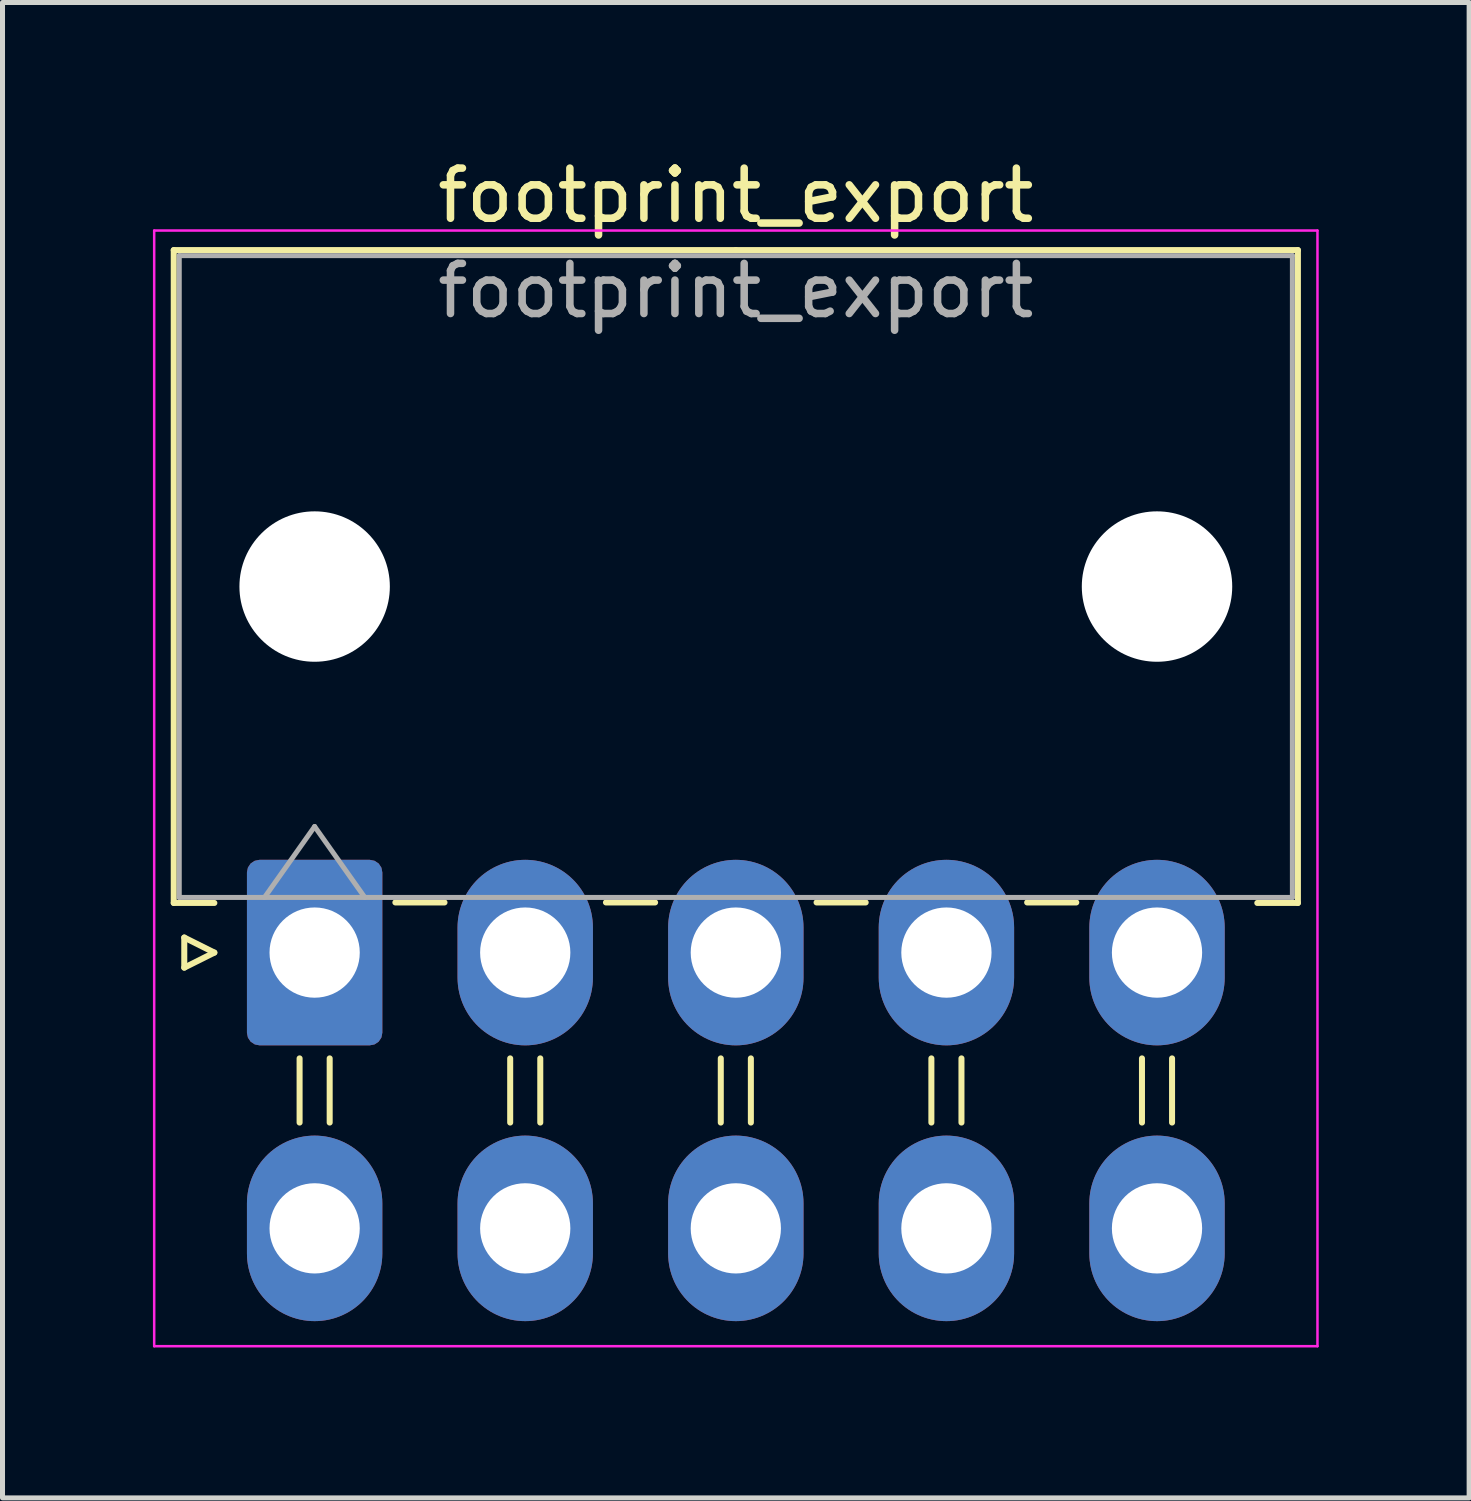
<source format=kicad_pcb>
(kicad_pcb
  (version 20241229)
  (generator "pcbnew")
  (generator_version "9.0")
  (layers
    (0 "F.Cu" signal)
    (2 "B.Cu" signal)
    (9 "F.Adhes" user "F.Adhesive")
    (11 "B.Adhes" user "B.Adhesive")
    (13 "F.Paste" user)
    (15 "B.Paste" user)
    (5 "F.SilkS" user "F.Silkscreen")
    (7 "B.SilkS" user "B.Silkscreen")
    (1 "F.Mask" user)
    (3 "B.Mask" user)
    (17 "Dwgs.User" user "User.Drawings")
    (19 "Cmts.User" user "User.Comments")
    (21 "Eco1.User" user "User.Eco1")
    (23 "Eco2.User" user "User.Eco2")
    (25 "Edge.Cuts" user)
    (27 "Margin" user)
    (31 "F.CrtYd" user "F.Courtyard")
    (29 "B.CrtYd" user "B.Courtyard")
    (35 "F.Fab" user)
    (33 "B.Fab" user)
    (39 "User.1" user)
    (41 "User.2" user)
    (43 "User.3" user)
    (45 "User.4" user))
  (footprint "footprint_export"
    (layer "F.Cu")
    (at 3.225 15.948)
    (property "Reference" "footprint_export" (at 8.4 -15.1 0) (layer "F.SilkS") (effects (font (size 1 1) (thickness 0.15))))
    (attr through_hole)
    (fp_line (start -2.81 -14.01) (end 8.4 -14.01) (stroke (width 0.12) (type solid)) (layer "F.SilkS"))
    (fp_line (start -2.81 -0.99) (end -2.81 -14.01) (stroke (width 0.12) (type solid)) (layer "F.SilkS"))
    (fp_line (start -2.6 -0.3) (end -2 0) (stroke (width 0.12) (type solid)) (layer "F.SilkS"))
    (fp_line (start -2.6 0.3) (end -2.6 -0.3) (stroke (width 0.12) (type solid)) (layer "F.SilkS"))
    (fp_line (start -2 -0.99) (end -2.81 -0.99) (stroke (width 0.12) (type solid)) (layer "F.SilkS"))
    (fp_line (start -2 0) (end -2.6 0.3) (stroke (width 0.12) (type solid)) (layer "F.SilkS"))
    (fp_line (start -0.3 2.11) (end -0.3 3.39) (stroke (width 0.12) (type solid)) (layer "F.SilkS"))
    (fp_line (start 0.3 2.11) (end 0.3 3.39) (stroke (width 0.12) (type solid)) (layer "F.SilkS"))
    (fp_line (start 1.61 -1) (end 2.59 -1) (stroke (width 0.12) (type solid)) (layer "F.SilkS"))
    (fp_line (start 3.9 2.11) (end 3.9 3.39) (stroke (width 0.12) (type solid)) (layer "F.SilkS"))
    (fp_line (start 4.5 2.11) (end 4.5 3.39) (stroke (width 0.12) (type solid)) (layer "F.SilkS"))
    (fp_line (start 5.81 -1) (end 6.79 -1) (stroke (width 0.12) (type solid)) (layer "F.SilkS"))
    (fp_line (start 8.1 2.11) (end 8.1 3.39) (stroke (width 0.12) (type solid)) (layer "F.SilkS"))
    (fp_line (start 8.7 2.11) (end 8.7 3.39) (stroke (width 0.12) (type solid)) (layer "F.SilkS"))
    (fp_line (start 10.01 -1) (end 10.99 -1) (stroke (width 0.12) (type solid)) (layer "F.SilkS"))
    (fp_line (start 12.3 2.11) (end 12.3 3.39) (stroke (width 0.12) (type solid)) (layer "F.SilkS"))
    (fp_line (start 12.9 2.11) (end 12.9 3.39) (stroke (width 0.12) (type solid)) (layer "F.SilkS"))
    (fp_line (start 14.21 -1) (end 15.19 -1) (stroke (width 0.12) (type solid)) (layer "F.SilkS"))
    (fp_line (start 16.5 2.11) (end 16.5 3.39) (stroke (width 0.12) (type solid)) (layer "F.SilkS"))
    (fp_line (start 17.1 2.11) (end 17.1 3.39) (stroke (width 0.12) (type solid)) (layer "F.SilkS"))
    (fp_line (start 18.8 -0.99) (end 19.61 -0.99) (stroke (width 0.12) (type solid)) (layer "F.SilkS"))
    (fp_line (start 19.61 -14.01) (end 8.4 -14.01) (stroke (width 0.12) (type solid)) (layer "F.SilkS"))
    (fp_line (start 19.61 -0.99) (end 19.61 -14.01) (stroke (width 0.12) (type solid)) (layer "F.SilkS"))
    (fp_line (start -3.2 -14.4) (end -3.2 7.85) (stroke (width 0.05) (type solid)) (layer "F.CrtYd"))
    (fp_line (start -3.2 7.85) (end 20 7.85) (stroke (width 0.05) (type solid)) (layer "F.CrtYd"))
    (fp_line (start 20 -14.4) (end -3.2 -14.4) (stroke (width 0.05) (type solid)) (layer "F.CrtYd"))
    (fp_line (start 20 7.85) (end 20 -14.4) (stroke (width 0.05) (type solid)) (layer "F.CrtYd"))
    (fp_line (start -2.7 -13.9) (end -2.7 -1.1) (stroke (width 0.1) (type solid)) (layer "F.Fab"))
    (fp_line (start -2.7 -1.1) (end 19.5 -1.1) (stroke (width 0.1) (type solid)) (layer "F.Fab"))
    (fp_line (start -1 -1.1) (end 0 -2.514) (stroke (width 0.1) (type solid)) (layer "F.Fab"))
    (fp_line (start 0 -2.514) (end 1 -1.1) (stroke (width 0.1) (type solid)) (layer "F.Fab"))
    (fp_line (start 19.5 -13.9) (end -2.7 -13.9) (stroke (width 0.1) (type solid)) (layer "F.Fab"))
    (fp_line (start 19.5 -1.1) (end 19.5 -13.9) (stroke (width 0.1) (type solid)) (layer "F.Fab"))
    (fp_text user "${REFERENCE}" (at 8.4 -13.2 0) (layer "F.Fab") (effects (font (size 1 1) (thickness 0.15))))
    (pad "" np_thru_hole circle (at 0 -7.3) (size 3 3) (drill 3) (layers "*.Cu" "*.Mask"))
    (pad "" np_thru_hole circle (at 16.8 -7.3) (size 3 3) (drill 3) (layers "*.Cu" "*.Mask"))
    (pad "1" thru_hole roundrect (at 0 0) (size 2.7 3.7) (drill 1.8) (layers "*.Cu" "*.Mask") (roundrect_rratio 0.093))
    (pad "2" thru_hole oval (at 4.2 0) (size 2.7 3.7) (drill 1.8) (layers "*.Cu" "*.Mask"))
    (pad "3" thru_hole oval (at 8.4 0) (size 2.7 3.7) (drill 1.8) (layers "*.Cu" "*.Mask"))
    (pad "4" thru_hole oval (at 12.6 0) (size 2.7 3.7) (drill 1.8) (layers "*.Cu" "*.Mask"))
    (pad "5" thru_hole oval (at 16.8 0) (size 2.7 3.7) (drill 1.8) (layers "*.Cu" "*.Mask"))
    (pad "6" thru_hole oval (at 0 5.5) (size 2.7 3.7) (drill 1.8) (layers "*.Cu" "*.Mask"))
    (pad "7" thru_hole oval (at 4.2 5.5) (size 2.7 3.7) (drill 1.8) (layers "*.Cu" "*.Mask"))
    (pad "8" thru_hole oval (at 8.4 5.5) (size 2.7 3.7) (drill 1.8) (layers "*.Cu" "*.Mask"))
    (pad "9" thru_hole oval (at 12.6 5.5) (size 2.7 3.7) (drill 1.8) (layers "*.Cu" "*.Mask"))
    (pad "10" thru_hole oval (at 16.8 5.5) (size 2.7 3.7) (drill 1.8) (layers "*.Cu" "*.Mask")))
  (gr_rect
    (start -3 -3)
    (end 26.25 26.823)
    (stroke (width 0.1) (type default))
    (fill no)
    (layer "Edge.Cuts")))
</source>
